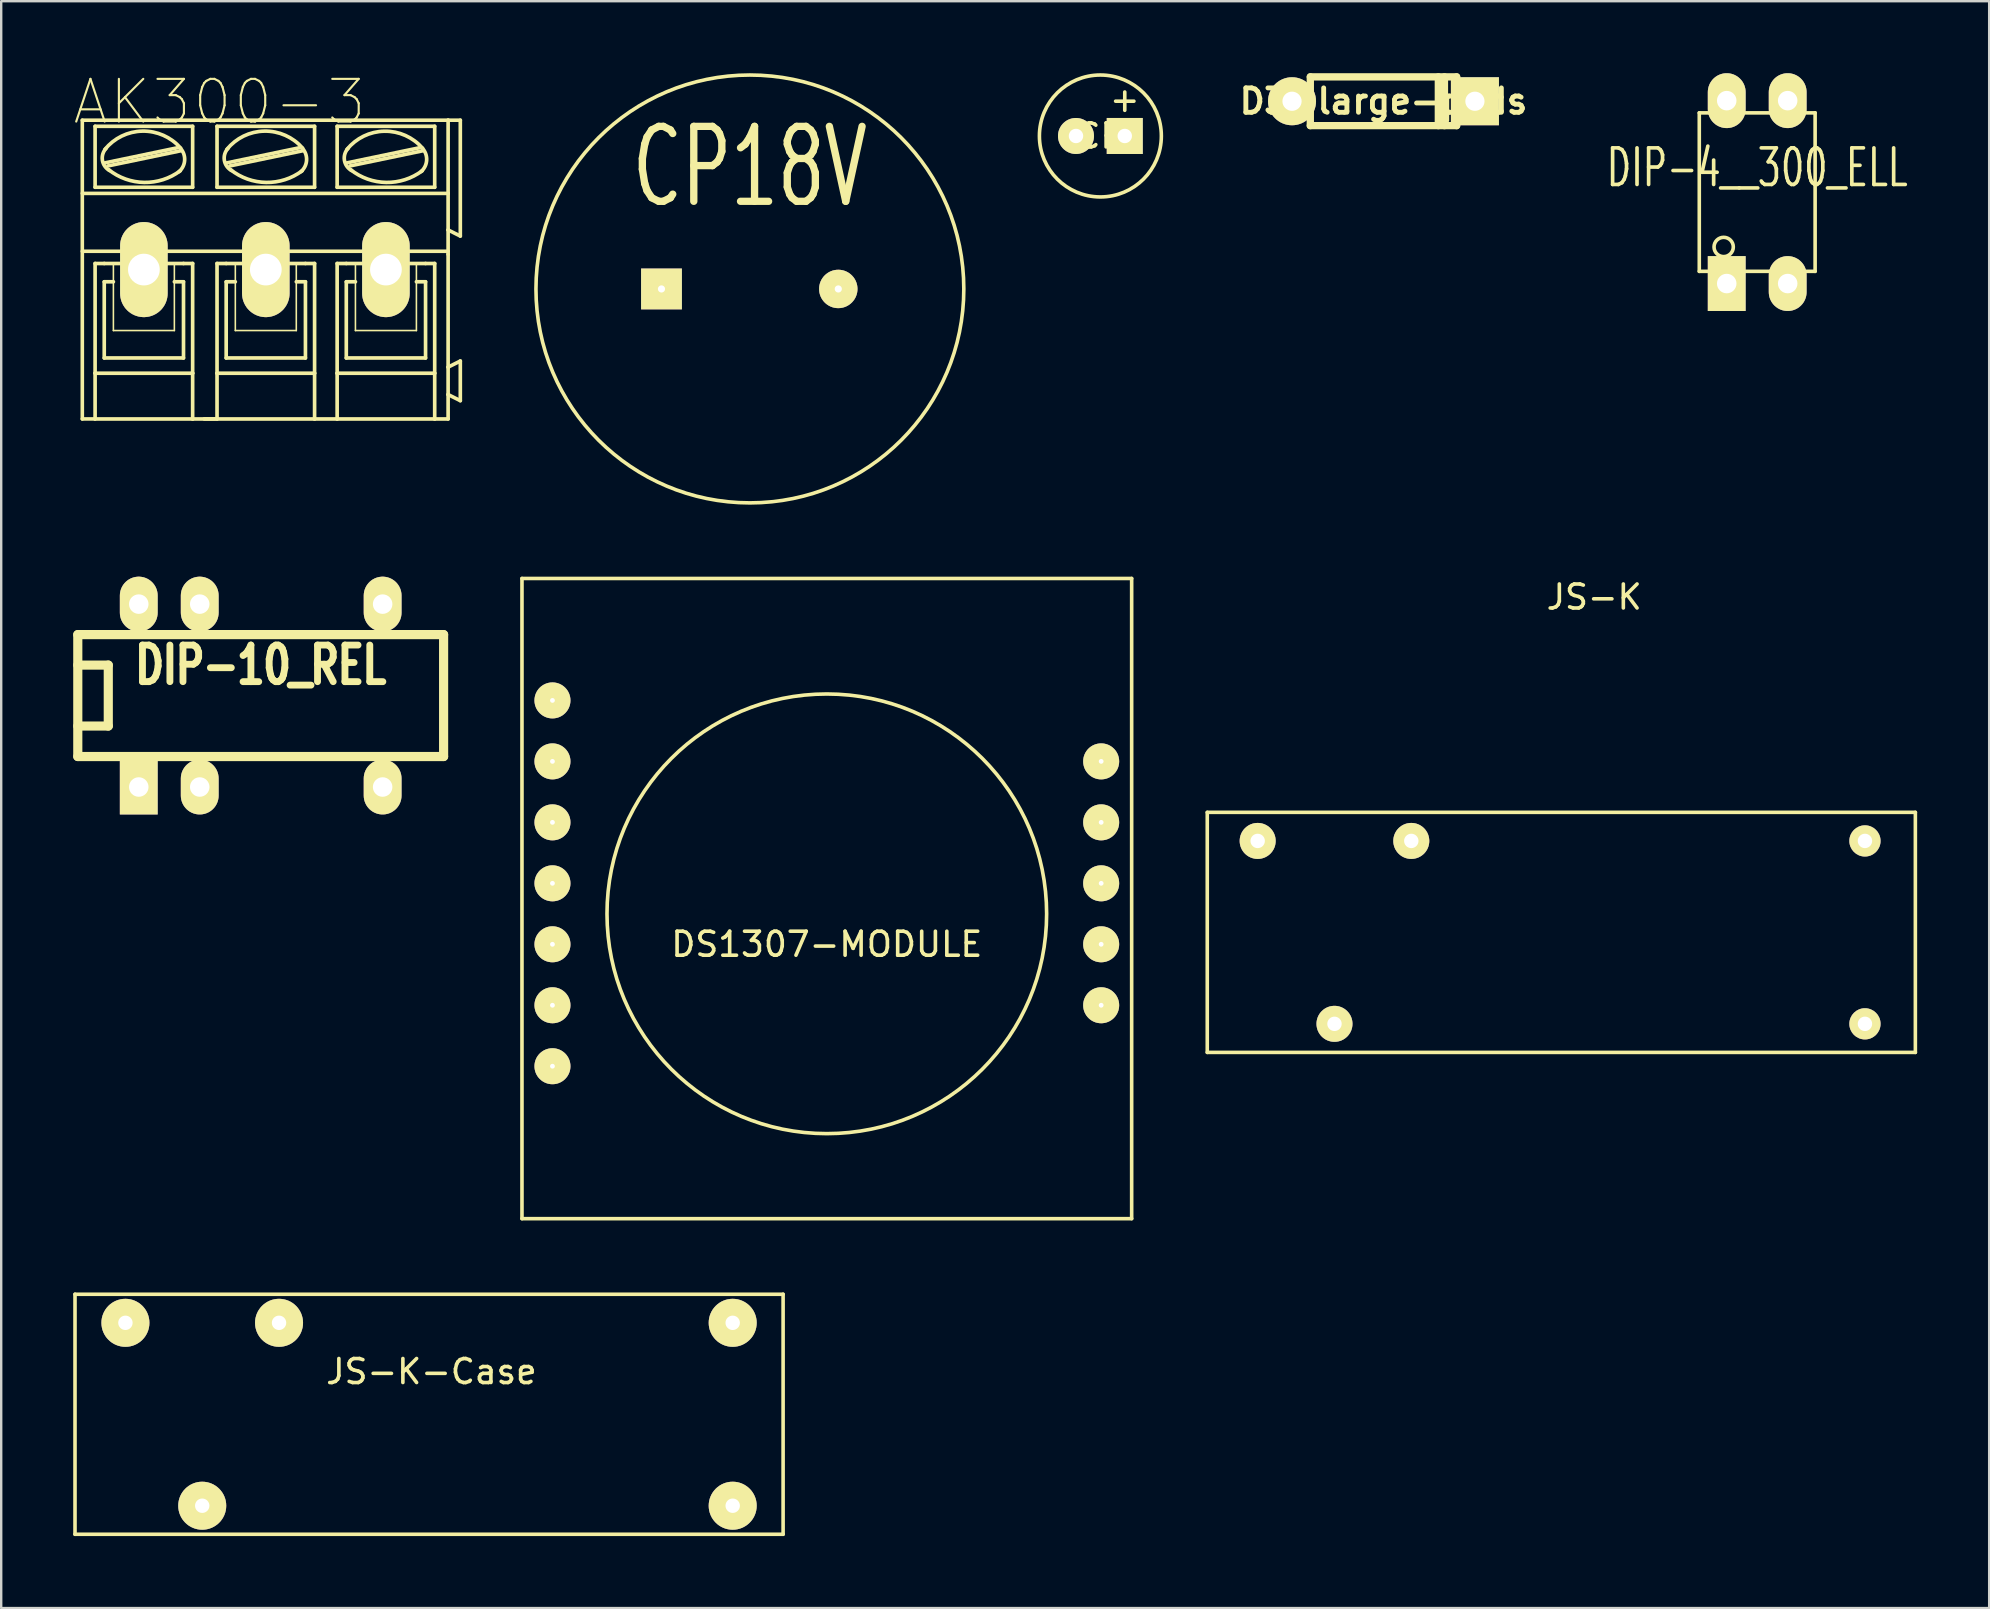
<source format=kicad_pcb>
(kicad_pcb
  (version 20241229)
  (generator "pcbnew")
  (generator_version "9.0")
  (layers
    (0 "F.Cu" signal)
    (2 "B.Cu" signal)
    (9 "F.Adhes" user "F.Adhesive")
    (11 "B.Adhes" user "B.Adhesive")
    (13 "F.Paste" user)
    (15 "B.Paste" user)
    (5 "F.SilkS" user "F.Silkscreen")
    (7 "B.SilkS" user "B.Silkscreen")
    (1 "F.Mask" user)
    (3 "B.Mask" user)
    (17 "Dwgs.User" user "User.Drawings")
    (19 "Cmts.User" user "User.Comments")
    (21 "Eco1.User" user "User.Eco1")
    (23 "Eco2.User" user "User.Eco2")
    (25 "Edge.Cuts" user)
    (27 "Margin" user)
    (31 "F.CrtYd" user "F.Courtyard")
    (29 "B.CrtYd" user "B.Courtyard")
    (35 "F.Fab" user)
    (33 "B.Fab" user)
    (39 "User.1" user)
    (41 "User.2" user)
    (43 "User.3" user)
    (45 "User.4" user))
  (footprint "JS-K"
    (layer "F.Cu")
    (at 55.746 31.984)
    (property "Reference" "JS-K" (at 7.62 -10.16 0) (layer "F.SilkS") (effects (font (size 1 1) (thickness 0.15))))
    (attr through_hole)
    (fp_line (start -8.5 -1.19) (end -8.5 8.81) (stroke (width 0.15) (type solid)) (layer "F.SilkS"))
    (fp_line (start -8.5 -1.19) (end 21 -1.19) (stroke (width 0.15) (type solid)) (layer "F.SilkS"))
    (fp_line (start -8.5 8.81) (end 21 8.81) (stroke (width 0.15) (type solid)) (layer "F.SilkS"))
    (fp_line (start 21 -1.19) (end 21 8.81) (stroke (width 0.15) (type solid)) (layer "F.SilkS"))
    (pad "1" thru_hole circle (at -6.4 0) (size 1.5 1.5) (drill 0.6) (layers "*.Cu" "*.Mask" "F.SilkS"))
    (pad "2" thru_hole circle (at 0 0) (size 1.5 1.5) (drill 0.6) (layers "*.Cu" "*.Mask" "F.SilkS"))
    (pad "3" thru_hole circle (at 18.9 0) (size 1.3 1.3) (drill 0.6) (layers "*.Cu" "*.Mask" "F.SilkS"))
    (pad "4" thru_hole circle (at 18.9 7.62) (size 1.3 1.3) (drill 0.6) (layers "*.Cu" "*.Mask" "F.SilkS"))
    (pad "5" thru_hole circle (at -3.2 7.62) (size 1.5 1.5) (drill 0.6) (layers "*.Cu" "*.Mask" "F.SilkS")))
  (footprint "DIP-10_REL"
    (layer "F.Cu")
    (at 7.811 25.928)
    (property "Reference" "DIP-10_REL" (at 0 -1.27 0) (layer "F.SilkS") (effects (font (size 1.524 1.143) (thickness 0.305))))
    (attr through_hole)
    (fp_line (start -7.62 -2.54) (end -7.62 2.54) (stroke (width 0.381) (type solid)) (layer "F.SilkS"))
    (fp_line (start -7.62 -1.27) (end -6.35 -1.27) (stroke (width 0.381) (type solid)) (layer "F.SilkS"))
    (fp_line (start -7.62 2.54) (end 7.62 2.54) (stroke (width 0.381) (type solid)) (layer "F.SilkS"))
    (fp_line (start -6.35 -1.27) (end -6.35 1.27) (stroke (width 0.381) (type solid)) (layer "F.SilkS"))
    (fp_line (start -6.35 1.27) (end -7.62 1.27) (stroke (width 0.381) (type solid)) (layer "F.SilkS"))
    (fp_line (start 7.62 -2.54) (end -7.62 -2.54) (stroke (width 0.381) (type solid)) (layer "F.SilkS"))
    (fp_line (start 7.62 2.54) (end 7.62 -2.54) (stroke (width 0.381) (type solid)) (layer "F.SilkS"))
    (pad "1" thru_hole rect (at -5.08 3.81) (size 1.575 2.286) (drill 0.813) (layers "*.Cu" "*.Mask" "F.SilkS"))
    (pad "2" thru_hole oval (at -2.54 3.81) (size 1.575 2.286) (drill 0.813) (layers "*.Cu" "*.Mask" "F.SilkS"))
    (pad "5" thru_hole oval (at 5.08 3.81) (size 1.575 2.286) (drill 0.813) (layers "*.Cu" "*.Mask" "F.SilkS"))
    (pad "6" thru_hole oval (at 5.08 -3.81) (size 1.575 2.286) (drill 0.813) (layers "*.Cu" "*.Mask" "F.SilkS"))
    (pad "9" thru_hole oval (at -2.54 -3.81) (size 1.575 2.286) (drill 0.813) (layers "*.Cu" "*.Mask" "F.SilkS"))
    (pad "10" thru_hole oval (at -5.08 -3.81) (size 1.575 2.286) (drill 0.813) (layers "*.Cu" "*.Mask" "F.SilkS")))
  (footprint "AK300-3"
    (layer "F.Cu")
    (at 10.539 8.181)
    (property "Reference" "AK300-3" (at -4.445 -6.985 0) (layer "F.SilkS") (effects (font (size 1.778 1.778) (thickness 0.089))))
    (attr exclude_from_pos_files exclude_from_bom)
    (fp_line (start -10.16 6.223) (end -10.16 -6.223) (stroke (width 0.15) (type solid)) (layer "F.SilkS"))
    (fp_line (start -9.652 6.223) (end -10.16 6.223) (stroke (width 0.15) (type solid)) (layer "F.SilkS"))
    (fp_line (start -9.627 -3.429) (end -9.627 -5.969) (stroke (width 0.152) (type solid)) (layer "F.SilkS"))
    (fp_line (start -9.627 -0.254) (end -9.627 4.318) (stroke (width 0.152) (type solid)) (layer "F.SilkS"))
    (fp_line (start -9.627 -0.254) (end -9.246 -0.254) (stroke (width 0.152) (type solid)) (layer "F.SilkS"))
    (fp_line (start -9.627 4.318) (end -9.627 6.223) (stroke (width 0.152) (type solid)) (layer "F.SilkS"))
    (fp_line (start -9.627 6.223) (end -5.563 6.223) (stroke (width 0.152) (type solid)) (layer "F.SilkS"))
    (fp_line (start -9.246 0.508) (end -8.865 0.508) (stroke (width 0.152) (type solid)) (layer "F.SilkS"))
    (fp_line (start -9.246 3.683) (end -9.246 0.508) (stroke (width 0.152) (type solid)) (layer "F.SilkS"))
    (fp_line (start -9.22 -4.445) (end -6.17 -5.08) (stroke (width 0.152) (type solid)) (layer "F.SilkS"))
    (fp_line (start -9.093 -4.318) (end -6.045 -4.953) (stroke (width 0.152) (type solid)) (layer "F.SilkS"))
    (fp_line (start -8.865 -0.254) (end -6.325 -0.254) (stroke (width 0.066) (type solid)) (layer "F.SilkS"))
    (fp_line (start -8.865 2.54) (end -8.865 -0.254) (stroke (width 0.066) (type solid)) (layer "F.SilkS"))
    (fp_line (start -8.865 2.54) (end -6.325 2.54) (stroke (width 0.066) (type solid)) (layer "F.SilkS"))
    (fp_line (start -6.325 2.54) (end -6.325 -0.254) (stroke (width 0.066) (type solid)) (layer "F.SilkS"))
    (fp_line (start -5.944 -0.254) (end -9.246 -0.254) (stroke (width 0.152) (type solid)) (layer "F.SilkS"))
    (fp_line (start -5.944 0.508) (end -6.325 0.508) (stroke (width 0.152) (type solid)) (layer "F.SilkS"))
    (fp_line (start -5.944 3.683) (end -9.246 3.683) (stroke (width 0.152) (type solid)) (layer "F.SilkS"))
    (fp_line (start -5.944 3.683) (end -5.944 0.508) (stroke (width 0.152) (type solid)) (layer "F.SilkS"))
    (fp_line (start -5.563 -5.969) (end -9.627 -5.969) (stroke (width 0.152) (type solid)) (layer "F.SilkS"))
    (fp_line (start -5.563 -3.429) (end -9.627 -3.429) (stroke (width 0.152) (type solid)) (layer "F.SilkS"))
    (fp_line (start -5.563 -3.429) (end -5.563 -5.969) (stroke (width 0.152) (type solid)) (layer "F.SilkS"))
    (fp_line (start -5.563 -0.254) (end -5.944 -0.254) (stroke (width 0.152) (type solid)) (layer "F.SilkS"))
    (fp_line (start -5.563 4.318) (end -9.627 4.318) (stroke (width 0.152) (type solid)) (layer "F.SilkS"))
    (fp_line (start -5.563 4.318) (end -5.563 -0.254) (stroke (width 0.152) (type solid)) (layer "F.SilkS"))
    (fp_line (start -5.563 6.223) (end -5.563 4.318) (stroke (width 0.152) (type solid)) (layer "F.SilkS"))
    (fp_line (start -5.563 6.223) (end -4.623 6.223) (stroke (width 0.152) (type solid)) (layer "F.SilkS"))
    (fp_line (start -5.08 6.223) (end -4.547 6.223) (stroke (width 0.152) (type solid)) (layer "F.SilkS"))
    (fp_line (start -4.547 -3.429) (end -4.547 -5.969) (stroke (width 0.152) (type solid)) (layer "F.SilkS"))
    (fp_line (start -4.547 -0.254) (end -4.547 4.318) (stroke (width 0.152) (type solid)) (layer "F.SilkS"))
    (fp_line (start -4.547 -0.254) (end -4.166 -0.254) (stroke (width 0.152) (type solid)) (layer "F.SilkS"))
    (fp_line (start -4.547 4.318) (end -4.547 6.223) (stroke (width 0.152) (type solid)) (layer "F.SilkS"))
    (fp_line (start -4.547 6.223) (end -0.483 6.223) (stroke (width 0.152) (type solid)) (layer "F.SilkS"))
    (fp_line (start -4.166 0.508) (end -3.785 0.508) (stroke (width 0.152) (type solid)) (layer "F.SilkS"))
    (fp_line (start -4.166 3.683) (end -4.166 0.508) (stroke (width 0.152) (type solid)) (layer "F.SilkS"))
    (fp_line (start -4.14 -4.445) (end -1.09 -5.08) (stroke (width 0.152) (type solid)) (layer "F.SilkS"))
    (fp_line (start -4.013 -4.318) (end -0.965 -4.953) (stroke (width 0.152) (type solid)) (layer "F.SilkS"))
    (fp_line (start -3.785 -0.254) (end -1.245 -0.254) (stroke (width 0.066) (type solid)) (layer "F.SilkS"))
    (fp_line (start -3.785 2.54) (end -3.785 -0.254) (stroke (width 0.066) (type solid)) (layer "F.SilkS"))
    (fp_line (start -3.785 2.54) (end -1.245 2.54) (stroke (width 0.066) (type solid)) (layer "F.SilkS"))
    (fp_line (start -1.245 2.54) (end -1.245 -0.254) (stroke (width 0.066) (type solid)) (layer "F.SilkS"))
    (fp_line (start -0.864 -0.254) (end -4.166 -0.254) (stroke (width 0.152) (type solid)) (layer "F.SilkS"))
    (fp_line (start -0.864 0.508) (end -1.245 0.508) (stroke (width 0.152) (type solid)) (layer "F.SilkS"))
    (fp_line (start -0.864 3.683) (end -4.166 3.683) (stroke (width 0.152) (type solid)) (layer "F.SilkS"))
    (fp_line (start -0.864 3.683) (end -0.864 0.508) (stroke (width 0.152) (type solid)) (layer "F.SilkS"))
    (fp_line (start -0.483 -5.969) (end -4.547 -5.969) (stroke (width 0.152) (type solid)) (layer "F.SilkS"))
    (fp_line (start -0.483 -3.429) (end -4.547 -3.429) (stroke (width 0.152) (type solid)) (layer "F.SilkS"))
    (fp_line (start -0.483 -3.429) (end -0.483 -5.969) (stroke (width 0.152) (type solid)) (layer "F.SilkS"))
    (fp_line (start -0.483 -0.254) (end -0.864 -0.254) (stroke (width 0.152) (type solid)) (layer "F.SilkS"))
    (fp_line (start -0.483 4.318) (end -4.547 4.318) (stroke (width 0.152) (type solid)) (layer "F.SilkS"))
    (fp_line (start -0.483 4.318) (end -0.483 -0.254) (stroke (width 0.152) (type solid)) (layer "F.SilkS"))
    (fp_line (start -0.483 6.223) (end -0.483 4.318) (stroke (width 0.152) (type solid)) (layer "F.SilkS"))
    (fp_line (start -0.483 6.223) (end 0.457 6.223) (stroke (width 0.152) (type solid)) (layer "F.SilkS"))
    (fp_line (start 0.457 -5.969) (end 4.521 -5.969) (stroke (width 0.152) (type solid)) (layer "F.SilkS"))
    (fp_line (start 0.457 -3.429) (end 0.457 -5.969) (stroke (width 0.152) (type solid)) (layer "F.SilkS"))
    (fp_line (start 0.457 -0.254) (end 0.838 -0.254) (stroke (width 0.152) (type solid)) (layer "F.SilkS"))
    (fp_line (start 0.457 4.318) (end 0.457 -0.254) (stroke (width 0.152) (type solid)) (layer "F.SilkS"))
    (fp_line (start 0.457 4.318) (end 4.521 4.318) (stroke (width 0.152) (type solid)) (layer "F.SilkS"))
    (fp_line (start 0.457 6.223) (end 0.457 4.318) (stroke (width 0.152) (type solid)) (layer "F.SilkS"))
    (fp_line (start 0.457 6.223) (end 4.521 6.223) (stroke (width 0.152) (type solid)) (layer "F.SilkS"))
    (fp_line (start 0.838 -0.254) (end 4.14 -0.254) (stroke (width 0.152) (type solid)) (layer "F.SilkS"))
    (fp_line (start 0.838 0.508) (end 1.219 0.508) (stroke (width 0.152) (type solid)) (layer "F.SilkS"))
    (fp_line (start 0.838 3.683) (end 0.838 0.508) (stroke (width 0.152) (type solid)) (layer "F.SilkS"))
    (fp_line (start 0.864 -4.445) (end 3.912 -5.08) (stroke (width 0.152) (type solid)) (layer "F.SilkS"))
    (fp_line (start 0.991 -4.318) (end 4.039 -4.953) (stroke (width 0.152) (type solid)) (layer "F.SilkS"))
    (fp_line (start 1.219 -0.254) (end 3.759 -0.254) (stroke (width 0.066) (type solid)) (layer "F.SilkS"))
    (fp_line (start 1.219 2.54) (end 1.219 -0.254) (stroke (width 0.066) (type solid)) (layer "F.SilkS"))
    (fp_line (start 1.219 2.54) (end 3.759 2.54) (stroke (width 0.066) (type solid)) (layer "F.SilkS"))
    (fp_line (start 3.759 2.54) (end 3.759 -0.254) (stroke (width 0.066) (type solid)) (layer "F.SilkS"))
    (fp_line (start 4.14 0.508) (end 3.759 0.508) (stroke (width 0.152) (type solid)) (layer "F.SilkS"))
    (fp_line (start 4.14 3.683) (end 0.838 3.683) (stroke (width 0.152) (type solid)) (layer "F.SilkS"))
    (fp_line (start 4.14 3.683) (end 4.14 0.508) (stroke (width 0.152) (type solid)) (layer "F.SilkS"))
    (fp_line (start 4.521 -5.969) (end 4.521 -3.429) (stroke (width 0.152) (type solid)) (layer "F.SilkS"))
    (fp_line (start 4.521 -3.429) (end 0.457 -3.429) (stroke (width 0.152) (type solid)) (layer "F.SilkS"))
    (fp_line (start 4.521 -0.254) (end 4.14 -0.254) (stroke (width 0.152) (type solid)) (layer "F.SilkS"))
    (fp_line (start 4.521 -0.254) (end 4.521 4.318) (stroke (width 0.152) (type solid)) (layer "F.SilkS"))
    (fp_line (start 4.521 4.318) (end 4.521 6.223) (stroke (width 0.152) (type solid)) (layer "F.SilkS"))
    (fp_line (start 4.521 6.223) (end 5.08 6.223) (stroke (width 0.152) (type solid)) (layer "F.SilkS"))
    (fp_line (start 5.08 -6.223) (end -10.16 -6.223) (stroke (width 0.15) (type solid)) (layer "F.SilkS"))
    (fp_line (start 5.08 -6.223) (end 5.08 -3.175) (stroke (width 0.152) (type solid)) (layer "F.SilkS"))
    (fp_line (start 5.08 -6.223) (end 5.588 -6.223) (stroke (width 0.152) (type solid)) (layer "F.SilkS"))
    (fp_line (start 5.08 -3.175) (end -10.16 -3.175) (stroke (width 0.15) (type solid)) (layer "F.SilkS"))
    (fp_line (start 5.08 -3.175) (end 5.08 -1.651) (stroke (width 0.152) (type solid)) (layer "F.SilkS"))
    (fp_line (start 5.08 -1.651) (end 5.08 -0.635) (stroke (width 0.152) (type solid)) (layer "F.SilkS"))
    (fp_line (start 5.08 -0.762) (end -10.16 -0.762) (stroke (width 0.15) (type solid)) (layer "F.SilkS"))
    (fp_line (start 5.08 -0.635) (end 5.08 4.064) (stroke (width 0.152) (type solid)) (layer "F.SilkS"))
    (fp_line (start 5.08 4.064) (end 5.08 5.207) (stroke (width 0.152) (type solid)) (layer "F.SilkS"))
    (fp_line (start 5.08 5.207) (end 5.08 6.223) (stroke (width 0.152) (type solid)) (layer "F.SilkS"))
    (fp_line (start 5.588 -6.223) (end 5.588 -1.397) (stroke (width 0.152) (type solid)) (layer "F.SilkS"))
    (fp_line (start 5.588 -1.397) (end 5.08 -1.651) (stroke (width 0.152) (type solid)) (layer "F.SilkS"))
    (fp_line (start 5.588 3.81) (end 5.08 4.064) (stroke (width 0.152) (type solid)) (layer "F.SilkS"))
    (fp_line (start 5.588 3.81) (end 5.588 5.461) (stroke (width 0.152) (type solid)) (layer "F.SilkS"))
    (fp_line (start 5.588 5.461) (end 5.08 5.207) (stroke (width 0.152) (type solid)) (layer "F.SilkS"))
    (fp_arc (start -9.2202 -5.0038) (mid -7.655347 -5.768837) (end -6.063427 -5.061847) (stroke (width 0.1524) (type solid)) (layer "F.SilkS"))
    (fp_arc (start -9.02462 -4.1275) (mid -9.322784 -4.553845) (end -9.16952 -5.051019) (stroke (width 0.1524) (type solid)) (layer "F.SilkS"))
    (fp_arc (start -6.07822 -4.11734) (mid -7.580269 -3.630479) (end -9.065988 -4.165104) (stroke (width 0.1524) (type solid)) (layer "F.SilkS"))
    (fp_arc (start -6.0706 -5.05206) (mid -5.896264 -4.555962) (end -6.12585 -4.08289) (stroke (width 0.1524) (type solid)) (layer "F.SilkS"))
    (fp_arc (start -4.1402 -5.0038) (mid -2.575347 -5.768837) (end -0.983427 -5.061847) (stroke (width 0.1524) (type solid)) (layer "F.SilkS"))
    (fp_arc (start -3.94462 -4.1275) (mid -4.242784 -4.553845) (end -4.08952 -5.051019) (stroke (width 0.1524) (type solid)) (layer "F.SilkS"))
    (fp_arc (start -0.99822 -4.11734) (mid -2.500269 -3.630479) (end -3.985988 -4.165104) (stroke (width 0.1524) (type solid)) (layer "F.SilkS"))
    (fp_arc (start -0.9906 -5.05206) (mid -0.816264 -4.555962) (end -1.04585 -4.08289) (stroke (width 0.1524) (type solid)) (layer "F.SilkS"))
    (fp_arc (start 0.8636 -5.0038) (mid 2.426638 -5.764946) (end 4.014411 -5.056844) (stroke (width 0.1524) (type solid)) (layer "F.SilkS"))
    (fp_arc (start 1.05664 -4.1275) (mid 0.759456 -4.555849) (end 0.914903 -5.053481) (stroke (width 0.1524) (type solid)) (layer "F.SilkS"))
    (fp_arc (start 4.00304 -4.11734) (mid 2.500991 -3.630479) (end 1.015272 -4.165104) (stroke (width 0.1524) (type solid)) (layer "F.SilkS"))
    (fp_arc (start 4.01066 -5.05206) (mid 4.185748 -4.557765) (end 3.957972 -4.085429) (stroke (width 0.1524) (type solid)) (layer "F.SilkS"))
    (pad "1" thru_hole oval (at -7.595 0) (size 1.981 3.962) (drill 1.321) (layers "*.Cu" "F.Mask" "F.SilkS" "F.Paste"))
    (pad "2" thru_hole oval (at -2.515 0) (size 1.981 3.962) (drill 1.321) (layers "*.Cu" "F.Mask" "F.SilkS" "F.Paste"))
    (pad "3" thru_hole oval (at 2.489 0) (size 1.981 3.962) (drill 1.321) (layers "*.Cu" "F.Mask" "F.SilkS" "F.Paste")))
  (footprint "JS-K-Case"
    (layer "F.Cu")
    (at 8.575 52.06)
    (property "Reference" "JS-K-Case" (at 6.35 2.032 0) (layer "F.SilkS") (effects (font (size 1 1) (thickness 0.15))))
    (attr through_hole)
    (fp_line (start -8.5 -1.19) (end -8.5 8.81) (stroke (width 0.15) (type solid)) (layer "F.SilkS"))
    (fp_line (start -8.5 -1.19) (end 21 -1.19) (stroke (width 0.15) (type solid)) (layer "F.SilkS"))
    (fp_line (start -8.5 8.81) (end 21 8.81) (stroke (width 0.15) (type solid)) (layer "F.SilkS"))
    (fp_line (start 21 -1.19) (end 21 8.81) (stroke (width 0.15) (type solid)) (layer "F.SilkS"))
    (pad "1" thru_hole circle (at -6.4 0) (size 2 2) (drill 0.6) (layers "*.Cu" "*.Mask" "F.SilkS"))
    (pad "2" thru_hole circle (at 0 0) (size 2 2) (drill 0.6) (layers "*.Cu" "*.Mask" "F.SilkS"))
    (pad "3" thru_hole circle (at 18.9 0) (size 2 2) (drill 0.6) (layers "*.Cu" "*.Mask" "F.SilkS"))
    (pad "4" thru_hole circle (at 18.9 7.62) (size 2 2) (drill 0.6) (layers "*.Cu" "*.Mask" "F.SilkS"))
    (pad "5" thru_hole circle (at -3.2 7.62) (size 2 2) (drill 0.6) (layers "*.Cu" "*.Mask" "F.SilkS")))
  (footprint "CP18V"
    (layer "F.Cu")
    (at 28.191 8.988)
    (property "Reference" "CP18V" (at 0 -5.08 0) (layer "F.SilkS") (effects (font (size 3.122 2.045) (thickness 0.305))))
    (attr through_hole)
    (fp_circle (center 0 0) (end 8.89 -0.635) (stroke (width 0.15) (type solid)) (fill no) (layer "F.SilkS"))
    (pad "1" thru_hole circle (at 3.683 0) (size 1.6 1.6) (drill 0.3) (layers "*.Cu" "*.Mask" "F.SilkS"))
    (pad "2" thru_hole rect (at -3.683 0) (size 1.7 1.7) (drill 0.3) (layers "*.Cu" "*.Mask" "F.SilkS")))
  (footprint "DS1307-MODULE"
    (layer "F.Cu")
    (at 31.396 33.75)
    (property "Reference" "DS1307-MODULE" (at 0 2.54 0) (layer "F.SilkS") (effects (font (size 1 1) (thickness 0.15))))
    (attr through_hole)
    (fp_line (start -12.7 -12.7) (end 12.7 -12.7) (stroke (width 0.15) (type solid)) (layer "F.SilkS"))
    (fp_line (start -12.7 13.97) (end -12.7 -12.7) (stroke (width 0.15) (type solid)) (layer "F.SilkS"))
    (fp_line (start 12.7 -12.7) (end 12.7 13.97) (stroke (width 0.15) (type solid)) (layer "F.SilkS"))
    (fp_line (start 12.7 13.97) (end -12.7 13.97) (stroke (width 0.15) (type solid)) (layer "F.SilkS"))
    (fp_circle (center 0 1.27) (end 7.62 6.35) (stroke (width 0.15) (type solid)) (fill no) (layer "F.SilkS"))
    (pad "1" thru_hole circle (at -11.43 -7.62) (size 1.5 1.5) (drill 0.2) (layers "*.Cu" "*.Mask" "F.SilkS"))
    (pad "2" thru_hole circle (at -11.43 -5.08) (size 1.5 1.5) (drill 0.2) (layers "*.Cu" "*.Mask" "F.SilkS"))
    (pad "3" thru_hole circle (at -11.43 -2.54) (size 1.5 1.5) (drill 0.2) (layers "*.Cu" "*.Mask" "F.SilkS"))
    (pad "4" thru_hole circle (at -11.43 0) (size 1.5 1.5) (drill 0.2) (layers "*.Cu" "*.Mask" "F.SilkS"))
    (pad "5" thru_hole circle (at -11.43 2.54) (size 1.5 1.5) (drill 0.2) (layers "*.Cu" "*.Mask" "F.SilkS"))
    (pad "6" thru_hole circle (at -11.43 5.08) (size 1.5 1.5) (drill 0.2) (layers "*.Cu" "*.Mask" "F.SilkS"))
    (pad "7" thru_hole circle (at -11.43 7.62) (size 1.5 1.5) (drill 0.2) (layers "*.Cu" "*.Mask" "F.SilkS"))
    (pad "8" thru_hole circle (at 11.43 5.08) (size 1.5 1.5) (drill 0.2) (layers "*.Cu" "*.Mask" "F.SilkS"))
    (pad "9" thru_hole circle (at 11.43 2.54) (size 1.5 1.5) (drill 0.2) (layers "*.Cu" "*.Mask" "F.SilkS"))
    (pad "10" thru_hole circle (at 11.43 0) (size 1.5 1.5) (drill 0.2) (layers "*.Cu" "*.Mask" "F.SilkS"))
    (pad "11" thru_hole circle (at 11.43 -2.54) (size 1.5 1.5) (drill 0.2) (layers "*.Cu" "*.Mask" "F.SilkS"))
    (pad "12" thru_hole circle (at 11.43 -5.08) (size 1.5 1.5) (drill 0.2) (layers "*.Cu" "*.Mask" "F.SilkS")))
  (footprint "CP"
    (layer "F.Cu")
    (at 42.793 2.615)
    (property "Reference" "CP" (at 0 0 0) (layer "F.SilkS") (effects (font (size 1 1) (thickness 0.15))))
    (attr through_hole)
    (fp_circle (center 0 0) (end 2.54 0) (stroke (width 0.15) (type solid)) (fill no) (layer "F.SilkS"))
    (fp_text user "+" (at 1.016 -1.524 0) (layer "F.SilkS") (effects (font (size 1 1) (thickness 0.15))))
    (pad "1" thru_hole rect (at 1.016 0) (size 1.5 1.5) (drill 0.6) (layers "*.Cu" "*.Mask" "F.SilkS"))
    (pad "2" thru_hole circle (at -1.016 0) (size 1.5 1.5) (drill 0.6) (layers "*.Cu" "*.Mask" "F.SilkS")))
  (footprint "D3-large-pads"
    (layer "F.Cu")
    (at 54.587 1.168)
    (property "Reference" "D3-large-pads" (at 0 0 0) (layer "F.SilkS") (effects (font (size 1.016 1.016) (thickness 0.203))))
    (attr through_hole)
    (fp_line (start -3.048 -1.016) (end -3.048 0) (stroke (width 0.305) (type solid)) (layer "F.SilkS"))
    (fp_line (start -3.048 0) (end -3.81 0) (stroke (width 0.305) (type solid)) (layer "F.SilkS"))
    (fp_line (start -3.048 0) (end -3.048 1.016) (stroke (width 0.305) (type solid)) (layer "F.SilkS"))
    (fp_line (start -3.048 1.016) (end 3.048 1.016) (stroke (width 0.305) (type solid)) (layer "F.SilkS"))
    (fp_line (start 2.286 1.016) (end 2.286 -1.016) (stroke (width 0.305) (type solid)) (layer "F.SilkS"))
    (fp_line (start 2.54 -1.016) (end 2.54 1.016) (stroke (width 0.305) (type solid)) (layer "F.SilkS"))
    (fp_line (start 3.048 -1.016) (end -3.048 -1.016) (stroke (width 0.305) (type solid)) (layer "F.SilkS"))
    (fp_line (start 3.048 0) (end 3.048 -1.016) (stroke (width 0.305) (type solid)) (layer "F.SilkS"))
    (fp_line (start 3.048 1.016) (end 3.048 0) (stroke (width 0.305) (type solid)) (layer "F.SilkS"))
    (fp_line (start 3.81 0) (end 3.048 0) (stroke (width 0.305) (type solid)) (layer "F.SilkS"))
    (pad "1" thru_hole circle (at -3.81 0) (size 2 2) (drill 0.8) (layers "*.Cu" "*.Mask" "F.SilkS"))
    (pad "2" thru_hole rect (at 3.81 0) (size 2 2) (drill 0.8) (layers "*.Cu" "*.Mask" "F.SilkS")))
  (footprint "DIP-4__300_ELL"
    (layer "F.Cu")
    (at 70.157 4.953)
    (property "Reference" "DIP-4__300_ELL" (at 0 -1.016 0) (layer "F.SilkS") (effects (font (size 1.524 1.016) (thickness 0.152))))
    (attr through_hole)
    (fp_line (start -2.413 -3.302) (end 2.413 -3.302) (stroke (width 0.15) (type solid)) (layer "F.SilkS"))
    (fp_line (start -2.413 3.302) (end -2.413 -3.302) (stroke (width 0.15) (type solid)) (layer "F.SilkS"))
    (fp_line (start 2.413 -3.302) (end 2.413 3.302) (stroke (width 0.15) (type solid)) (layer "F.SilkS"))
    (fp_line (start 2.413 3.302) (end -2.413 3.302) (stroke (width 0.15) (type solid)) (layer "F.SilkS"))
    (fp_circle (center -1.397 2.286) (end -1.016 2.413) (stroke (width 0.15) (type solid)) (fill no) (layer "F.SilkS"))
    (pad "1" thru_hole rect (at -1.27 3.81) (size 1.575 2.286) (drill 0.813) (layers "*.Cu" "*.Mask" "F.SilkS"))
    (pad "2" thru_hole oval (at 1.27 3.81) (size 1.575 2.286) (drill 0.813) (layers "*.Cu" "*.Mask" "F.SilkS"))
    (pad "3" thru_hole oval (at 1.27 -3.81) (size 1.575 2.286) (drill 0.813) (layers "*.Cu" "*.Mask" "F.SilkS"))
    (pad "4" thru_hole oval (at -1.27 -3.81) (size 1.575 2.286) (drill 0.813) (layers "*.Cu" "*.Mask" "F.SilkS")))
  (gr_rect
    (start -3 -3)
    (end 79.821 63.945)
    (stroke (width 0.1) (type default))
    (fill no)
    (layer "Edge.Cuts")))
</source>
